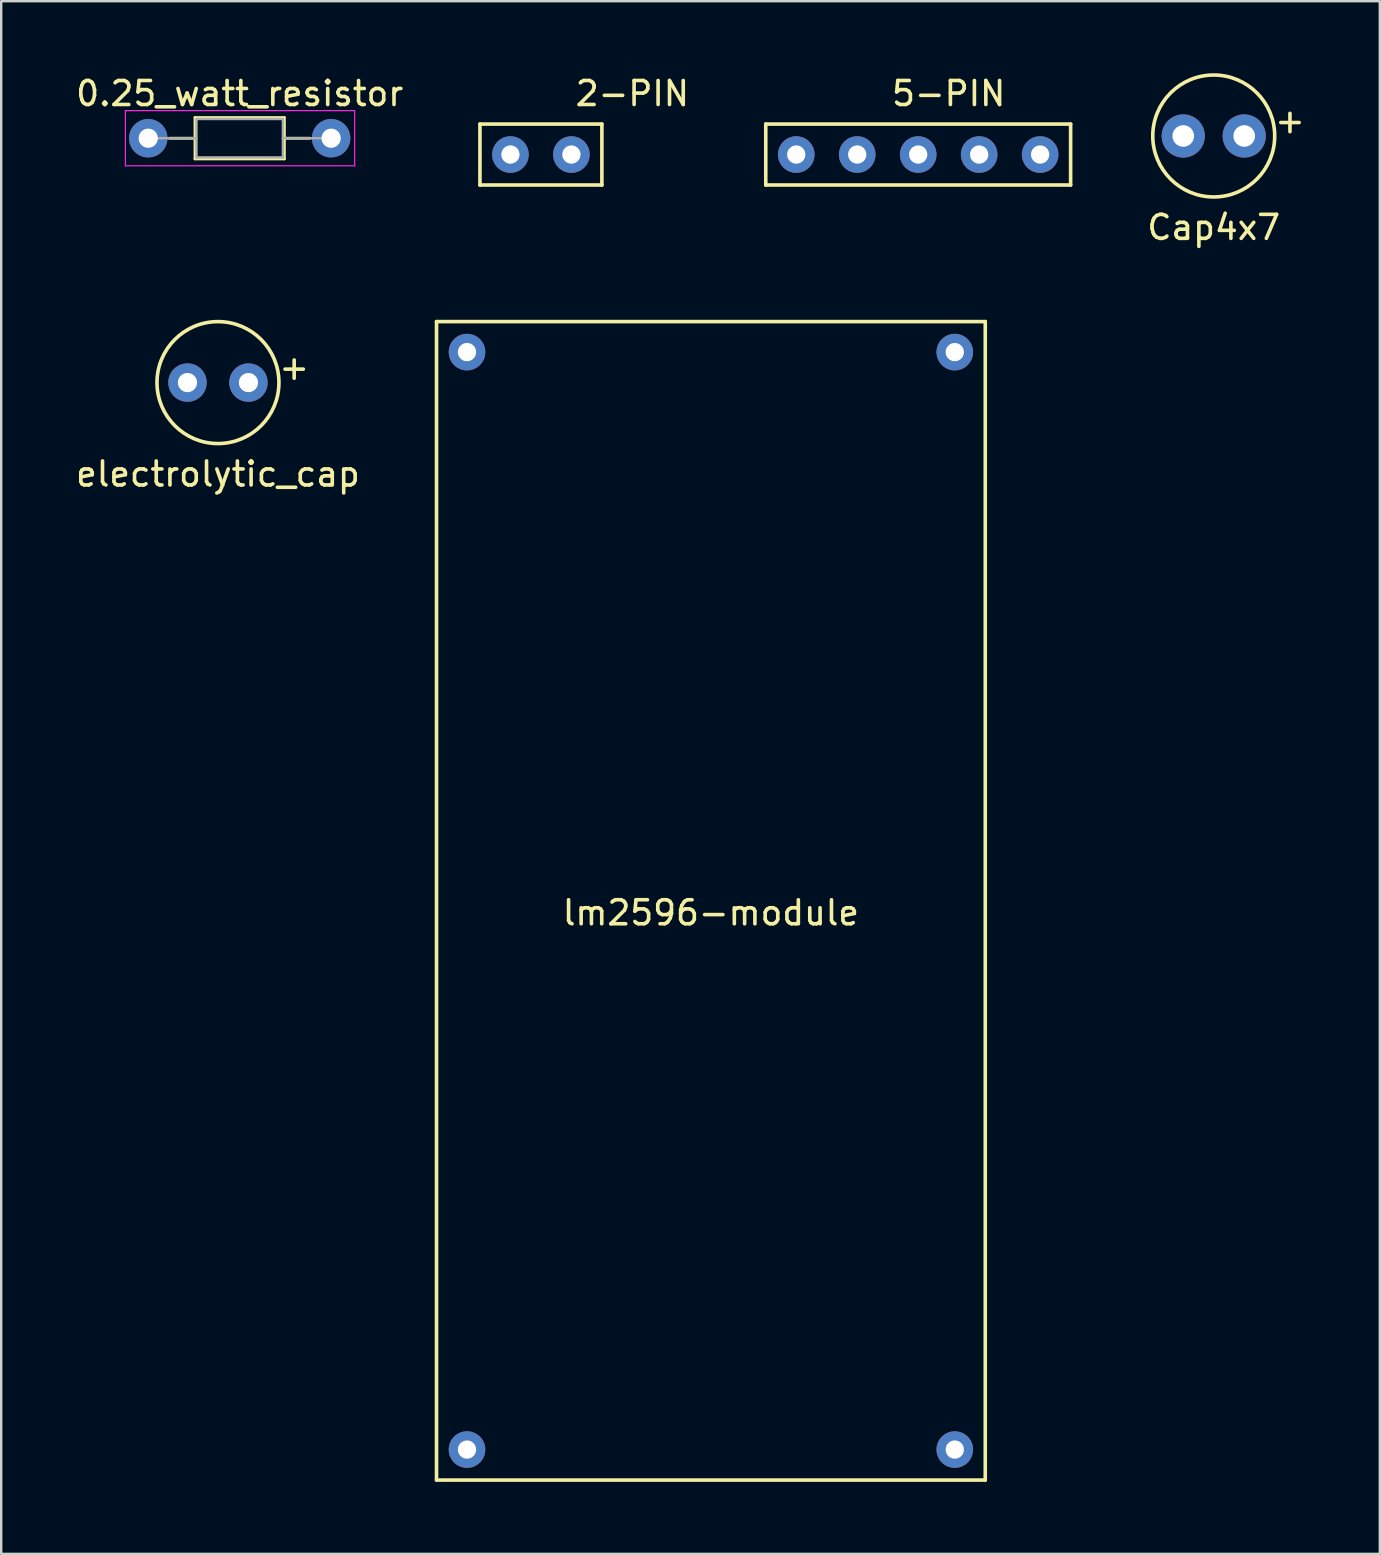
<source format=kicad_pcb>
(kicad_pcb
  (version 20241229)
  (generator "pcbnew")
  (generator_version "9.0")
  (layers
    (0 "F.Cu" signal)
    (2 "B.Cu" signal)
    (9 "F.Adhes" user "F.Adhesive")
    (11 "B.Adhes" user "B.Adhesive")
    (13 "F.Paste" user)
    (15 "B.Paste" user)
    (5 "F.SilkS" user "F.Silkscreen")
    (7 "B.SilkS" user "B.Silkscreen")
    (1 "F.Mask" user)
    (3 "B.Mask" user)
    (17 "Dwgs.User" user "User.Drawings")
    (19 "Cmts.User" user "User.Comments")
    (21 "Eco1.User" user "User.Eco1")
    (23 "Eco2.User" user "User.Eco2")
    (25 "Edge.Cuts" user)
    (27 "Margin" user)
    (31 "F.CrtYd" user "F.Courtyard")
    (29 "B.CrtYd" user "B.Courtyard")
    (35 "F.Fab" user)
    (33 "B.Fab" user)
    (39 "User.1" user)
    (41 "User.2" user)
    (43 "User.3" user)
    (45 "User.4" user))
  (footprint "5-PIN"
    (layer "F.Cu")
    (at 35.201 3.388)
    (property "Reference" "5-PIN" (at 1.27 -2.54 0) (layer "F.SilkS") (effects (font (size 1 1) (thickness 0.15))))
    (attr through_hole)
    (fp_line (start -6.35 -1.27) (end 6.35 -1.27) (stroke (width 0.15) (type solid)) (layer "F.SilkS"))
    (fp_line (start -6.35 1.27) (end -6.35 -1.27) (stroke (width 0.15) (type solid)) (layer "F.SilkS"))
    (fp_line (start 6.35 -1.27) (end 6.35 1.27) (stroke (width 0.15) (type solid)) (layer "F.SilkS"))
    (fp_line (start 6.35 1.27) (end -6.35 1.27) (stroke (width 0.15) (type solid)) (layer "F.SilkS"))
    (pad "1" thru_hole circle (at -5.08 0) (size 1.524 1.524) (drill 0.762) (layers "*.Cu" "*.Mask"))
    (pad "2" thru_hole circle (at -2.54 0) (size 1.524 1.524) (drill 0.762) (layers "*.Cu" "*.Mask"))
    (pad "3" thru_hole circle (at 0 0) (size 1.524 1.524) (drill 0.762) (layers "*.Cu" "*.Mask"))
    (pad "4" thru_hole circle (at 2.54 0) (size 1.524 1.524) (drill 0.762) (layers "*.Cu" "*.Mask"))
    (pad "5" thru_hole circle (at 5.08 0) (size 1.524 1.524) (drill 0.762) (layers "*.Cu" "*.Mask")))
  (footprint "lm2596-module"
    (layer "F.Cu")
    (at 26.565 34.478)
    (property "Reference" "lm2596-module" (at 0 0.5 0) (layer "F.SilkS") (effects (font (size 1 1) (thickness 0.15))))
    (attr through_hole)
    (fp_line (start -11.43 -24.13) (end 11.43 -24.13) (stroke (width 0.15) (type solid)) (layer "F.SilkS"))
    (fp_line (start -11.43 24.13) (end -11.43 -24.13) (stroke (width 0.15) (type solid)) (layer "F.SilkS"))
    (fp_line (start 11.43 -24.13) (end 11.43 24.13) (stroke (width 0.15) (type solid)) (layer "F.SilkS"))
    (fp_line (start 11.43 24.13) (end -11.43 24.13) (stroke (width 0.15) (type solid)) (layer "F.SilkS"))
    (pad "1" thru_hole circle (at -10.16 -22.86) (size 1.524 1.524) (drill 0.762) (layers "*.Cu" "*.Mask"))
    (pad "2" thru_hole circle (at 10.16 -22.86) (size 1.524 1.524) (drill 0.762) (layers "*.Cu" "*.Mask"))
    (pad "3" thru_hole circle (at -10.16 22.86) (size 1.524 1.524) (drill 0.762) (layers "*.Cu" "*.Mask"))
    (pad "4" thru_hole circle (at 10.16 22.86) (size 1.524 1.524) (drill 0.762) (layers "*.Cu" "*.Mask")))
  (footprint "Cap4x7"
    (layer "F.Cu")
    (at 47.513 2.615)
    (property "Reference" "Cap4x7" (at 0 3.81 0) (layer "F.SilkS") (effects (font (size 1 1) (thickness 0.15))))
    (attr through_hole)
    (fp_circle (center 0 0) (end 2.54 0) (stroke (width 0.15) (type solid)) (fill no) (layer "F.SilkS"))
    (fp_text user "+" (at 3.175 -0.635 0) (layer "F.SilkS") (effects (font (size 1 1) (thickness 0.15))))
    (pad "1" thru_hole circle (at 1.27 0) (size 1.8 1.8) (drill 0.9) (layers "*.Cu" "*.Mask"))
    (pad "2" thru_hole circle (at -1.27 0) (size 1.8 1.8) (drill 0.9) (layers "*.Cu" "*.Mask")))
  (footprint "2-PIN"
    (layer "F.Cu")
    (at 18.214 3.388)
    (property "Reference" "2-PIN" (at 5.08 -2.54 0) (layer "F.SilkS") (effects (font (size 1 1) (thickness 0.15))))
    (attr through_hole)
    (fp_line (start -1.27 -1.27) (end 3.81 -1.27) (stroke (width 0.15) (type solid)) (layer "F.SilkS"))
    (fp_line (start -1.27 1.27) (end -1.27 -1.27) (stroke (width 0.15) (type solid)) (layer "F.SilkS"))
    (fp_line (start 3.81 -1.27) (end 3.81 1.27) (stroke (width 0.15) (type solid)) (layer "F.SilkS"))
    (fp_line (start 3.81 1.27) (end -1.27 1.27) (stroke (width 0.15) (type solid)) (layer "F.SilkS"))
    (pad "1" thru_hole circle (at 0 0) (size 1.524 1.524) (drill 0.762) (layers "*.Cu" "*.Mask"))
    (pad "2" thru_hole circle (at 2.54 0) (size 1.524 1.524) (drill 0.762) (layers "*.Cu" "*.Mask")))
  (footprint "electrolytic_cap"
    (layer "F.Cu")
    (at 6.03 12.888)
    (property "Reference" "electrolytic_cap" (at 0 3.81 0) (layer "F.SilkS") (effects (font (size 1 1) (thickness 0.15))))
    (attr through_hole)
    (fp_circle (center 0 0) (end 2.54 0) (stroke (width 0.15) (type solid)) (fill no) (layer "F.SilkS"))
    (fp_text user "+" (at 3.175 -0.635 0) (layer "F.SilkS") (effects (font (size 1 1) (thickness 0.15))))
    (pad "1" thru_hole circle (at 1.27 0) (size 1.6 1.6) (drill 0.8) (layers "*.Cu" "*.Mask"))
    (pad "2" thru_hole circle (at -1.27 0) (size 1.6 1.6) (drill 0.8) (layers "*.Cu" "*.Mask")))
  (footprint "0.25_watt_resistor"
    (layer "F.Cu")
    (at 3.125 2.708)
    (property "Reference" "0.25_watt_resistor" (at 3.81 -1.86 0) (layer "F.SilkS") (effects (font (size 1 1) (thickness 0.15))))
    (attr through_hole)
    (fp_line (start 0.88 0) (end 1.95 0) (stroke (width 0.12) (type solid)) (layer "F.SilkS"))
    (fp_line (start 1.95 -0.86) (end 1.95 0.86) (stroke (width 0.12) (type solid)) (layer "F.SilkS"))
    (fp_line (start 1.95 0.86) (end 5.67 0.86) (stroke (width 0.12) (type solid)) (layer "F.SilkS"))
    (fp_line (start 5.67 -0.86) (end 1.95 -0.86) (stroke (width 0.12) (type solid)) (layer "F.SilkS"))
    (fp_line (start 5.67 0.86) (end 5.67 -0.86) (stroke (width 0.12) (type solid)) (layer "F.SilkS"))
    (fp_line (start 6.74 0) (end 5.67 0) (stroke (width 0.12) (type solid)) (layer "F.SilkS"))
    (fp_line (start -0.95 -1.15) (end -0.95 1.15) (stroke (width 0.05) (type solid)) (layer "F.CrtYd"))
    (fp_line (start -0.95 1.15) (end 8.6 1.15) (stroke (width 0.05) (type solid)) (layer "F.CrtYd"))
    (fp_line (start 8.6 -1.15) (end -0.95 -1.15) (stroke (width 0.05) (type solid)) (layer "F.CrtYd"))
    (fp_line (start 8.6 1.15) (end 8.6 -1.15) (stroke (width 0.05) (type solid)) (layer "F.CrtYd"))
    (fp_line (start 0 0) (end 2.01 0) (stroke (width 0.1) (type solid)) (layer "F.Fab"))
    (fp_line (start 2.01 -0.8) (end 2.01 0.8) (stroke (width 0.1) (type solid)) (layer "F.Fab"))
    (fp_line (start 2.01 0.8) (end 5.61 0.8) (stroke (width 0.1) (type solid)) (layer "F.Fab"))
    (fp_line (start 5.61 -0.8) (end 2.01 -0.8) (stroke (width 0.1) (type solid)) (layer "F.Fab"))
    (fp_line (start 5.61 0.8) (end 5.61 -0.8) (stroke (width 0.1) (type solid)) (layer "F.Fab"))
    (fp_line (start 7.62 0) (end 5.61 0) (stroke (width 0.1) (type solid)) (layer "F.Fab"))
    (pad "1" thru_hole circle (at 0 0) (size 1.6 1.6) (drill 0.8) (layers "*.Cu" "*.Mask"))
    (pad "2" thru_hole circle (at 7.62 0) (size 1.6 1.6) (drill 0.8) (layers "*.Cu" "*.Mask")))
  (gr_rect
    (start -3 -3)
    (end 54.432 61.683)
    (stroke (width 0.1) (type default))
    (fill no)
    (layer "Edge.Cuts")))
</source>
